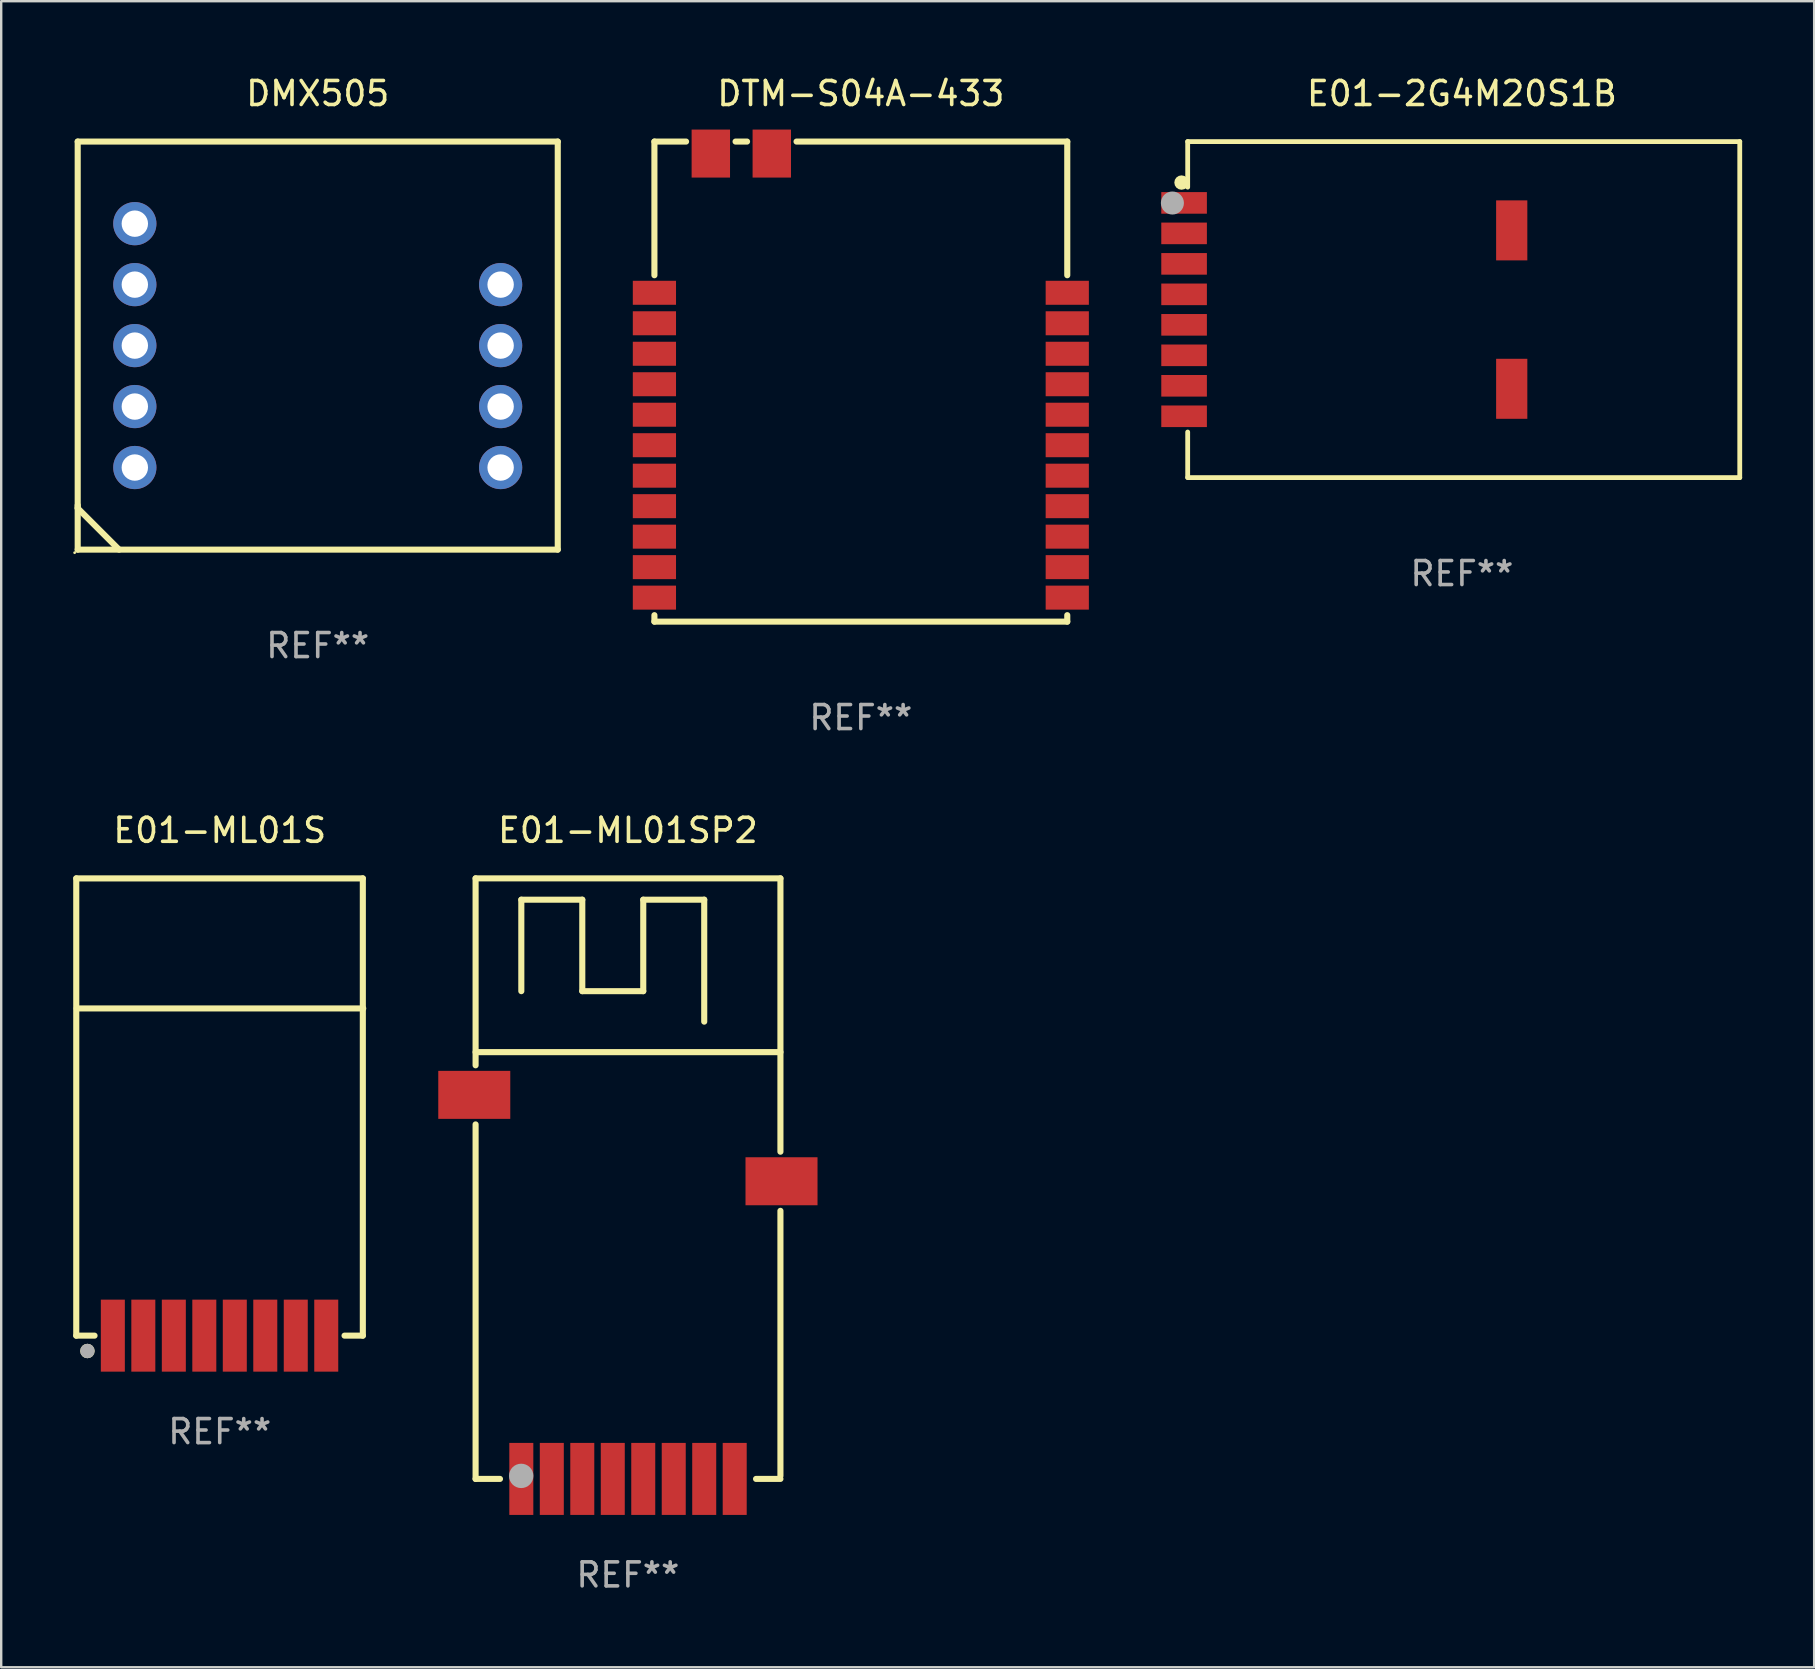
<source format=kicad_pcb>
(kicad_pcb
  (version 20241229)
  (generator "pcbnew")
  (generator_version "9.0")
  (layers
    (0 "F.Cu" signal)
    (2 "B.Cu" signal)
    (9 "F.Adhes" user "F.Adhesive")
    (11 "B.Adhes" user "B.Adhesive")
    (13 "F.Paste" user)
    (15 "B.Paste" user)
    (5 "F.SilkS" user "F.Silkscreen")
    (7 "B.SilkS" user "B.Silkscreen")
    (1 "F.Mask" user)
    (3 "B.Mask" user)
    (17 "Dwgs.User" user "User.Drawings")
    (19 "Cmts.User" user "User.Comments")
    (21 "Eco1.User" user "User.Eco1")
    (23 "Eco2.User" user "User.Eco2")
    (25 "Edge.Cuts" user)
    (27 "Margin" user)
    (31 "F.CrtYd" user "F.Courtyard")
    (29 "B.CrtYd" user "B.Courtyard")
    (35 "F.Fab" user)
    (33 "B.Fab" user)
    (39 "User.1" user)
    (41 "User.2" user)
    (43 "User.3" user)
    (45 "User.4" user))
  (footprint "E01-ML01S"
    (layer "F.Cu")
    (at 6.105 43.07)
    (property "Reference" "E01-ML01S" (at 0 -11.525 0) (layer "F.SilkS") (effects (font (size 1 1) (thickness 0.15))))
    (attr through_hole)
    (fp_line (start -5.978 -9.525) (end 5.961 -9.525) (stroke (width 0.254) (type solid)) (layer "F.SilkS"))
    (fp_line (start -5.978 9.525) (end -5.978 -9.525) (stroke (width 0.254) (type solid)) (layer "F.SilkS"))
    (fp_line (start -5.978 9.525) (end -5.216 9.525) (stroke (width 0.254) (type solid)) (layer "F.SilkS"))
    (fp_line (start -5.961 -4.107) (end 5.978 -4.107) (stroke (width 0.254) (type solid)) (layer "F.SilkS"))
    (fp_line (start 5.961 -9.525) (end 5.961 9.525) (stroke (width 0.254) (type solid)) (layer "F.SilkS"))
    (fp_line (start 5.961 9.525) (end 5.199 9.525) (stroke (width 0.254) (type solid)) (layer "F.SilkS"))
    (fp_circle (center -6.008 9.475) (end -5.978 9.475) (stroke (width 0.06) (type solid)) (fill no) (layer "F.SilkS"))
    (fp_circle (center -5.513 10.165) (end -5.362 10.165) (stroke (width 0.3) (type solid)) (fill no) (layer "F.SilkS"))
    (fp_circle (center -5.513 10.165) (end -5.362 10.165) (stroke (width 0.3) (type solid)) (fill no) (layer "F.Fab"))
    (fp_text user "REF**" (at 0 13.525 0) (layer "F.Fab") (effects (font (size 1 1) (thickness 0.15))))
    (pad "1" smd rect (at -4.454 9.525) (size 1 3) (layers "F.Cu" "F.Mask" "F.Paste"))
    (pad "2" smd rect (at -3.184 9.525) (size 1 3) (layers "F.Cu" "F.Mask" "F.Paste"))
    (pad "3" smd rect (at -1.913 9.525) (size 1 3) (layers "F.Cu" "F.Mask" "F.Paste"))
    (pad "4" smd rect (at -0.643 9.525) (size 1 3) (layers "F.Cu" "F.Mask" "F.Paste"))
    (pad "5" smd rect (at 0.627 9.525) (size 1 3) (layers "F.Cu" "F.Mask" "F.Paste"))
    (pad "6" smd rect (at 1.897 9.525) (size 1 3) (layers "F.Cu" "F.Mask" "F.Paste"))
    (pad "7" smd rect (at 3.167 9.525) (size 1 3) (layers "F.Cu" "F.Mask" "F.Paste"))
    (pad "8" smd rect (at 4.437 9.525) (size 1 3) (layers "F.Cu" "F.Mask" "F.Paste")))
  (footprint "E01-ML01SP2"
    (layer "F.Cu")
    (at 23.109 46.054)
    (property "Reference" "E01-ML01SP2" (at 0 -14.51 0) (layer "F.SilkS") (effects (font (size 1 1) (thickness 0.15))))
    (attr through_hole)
    (fp_line (start -6.345 -12.51) (end -6.345 -4.722) (stroke (width 0.254) (type solid)) (layer "F.SilkS"))
    (fp_line (start -6.345 -12.51) (end 6.355 -12.51) (stroke (width 0.254) (type solid)) (layer "F.SilkS"))
    (fp_line (start -6.345 -5.271) (end 6.355 -5.271) (stroke (width 0.254) (type solid)) (layer "F.SilkS"))
    (fp_line (start -6.345 -2.259) (end -6.345 12.51) (stroke (width 0.254) (type solid)) (layer "F.SilkS"))
    (fp_line (start -6.345 12.51) (end -5.329 12.51) (stroke (width 0.254) (type solid)) (layer "F.SilkS"))
    (fp_line (start -4.44 -11.621) (end -1.9 -11.621) (stroke (width 0.254) (type solid)) (layer "F.SilkS"))
    (fp_line (start -4.44 -7.811) (end -4.44 -11.621) (stroke (width 0.254) (type solid)) (layer "F.SilkS"))
    (fp_line (start -1.9 -11.621) (end -1.9 -7.811) (stroke (width 0.254) (type solid)) (layer "F.SilkS"))
    (fp_line (start -1.9 -7.811) (end 0.64 -7.811) (stroke (width 0.254) (type solid)) (layer "F.SilkS"))
    (fp_line (start 0.64 -11.621) (end 3.18 -11.621) (stroke (width 0.254) (type solid)) (layer "F.SilkS"))
    (fp_line (start 0.64 -7.811) (end 0.64 -11.621) (stroke (width 0.254) (type solid)) (layer "F.SilkS"))
    (fp_line (start 3.18 -11.621) (end 3.18 -6.541) (stroke (width 0.254) (type solid)) (layer "F.SilkS"))
    (fp_line (start 6.355 -12.51) (end 6.355 -1.122) (stroke (width 0.254) (type solid)) (layer "F.SilkS"))
    (fp_line (start 6.355 1.341) (end 6.355 12.384) (stroke (width 0.254) (type solid)) (layer "F.SilkS"))
    (fp_line (start 6.355 12.51) (end 5.339 12.51) (stroke (width 0.254) (type solid)) (layer "F.SilkS"))
    (fp_circle (center -6.4 12.491) (end -6.37 12.491) (stroke (width 0.06) (type solid)) (fill no) (layer "F.SilkS"))
    (fp_circle (center -4.445 12.384) (end -4.191 12.384) (stroke (width 0.508) (type solid)) (fill no) (layer "F.Fab"))
    (fp_text user "REF**" (at 0 16.51 0) (layer "F.Fab") (effects (font (size 1 1) (thickness 0.15))))
    (pad "1" smd rect (at -4.44 12.51 90) (size 3 1) (layers "F.Cu" "F.Mask" "F.Paste"))
    (pad "2" smd rect (at -3.17 12.51 90) (size 3 1) (layers "F.Cu" "F.Mask" "F.Paste"))
    (pad "3" smd rect (at -1.9 12.51 90) (size 3 1) (layers "F.Cu" "F.Mask" "F.Paste"))
    (pad "4" smd rect (at -0.63 12.51 90) (size 3 1) (layers "F.Cu" "F.Mask" "F.Paste"))
    (pad "5" smd rect (at 0.64 12.51 90) (size 3 1) (layers "F.Cu" "F.Mask" "F.Paste"))
    (pad "6" smd rect (at 1.91 12.51 90) (size 3 1) (layers "F.Cu" "F.Mask" "F.Paste"))
    (pad "7" smd rect (at 3.18 12.51 90) (size 3 1) (layers "F.Cu" "F.Mask" "F.Paste"))
    (pad "8" smd rect (at 4.45 12.51 90) (size 3 1) (layers "F.Cu" "F.Mask" "F.Paste"))
    (pad "9" smd rect (at -6.4 -3.49 180) (size 3 2) (layers "F.Cu" "F.Mask" "F.Paste"))
    (pad "10" smd rect (at 6.4 0.109 180) (size 3 2) (layers "F.Cu" "F.Mask" "F.Paste")))
  (footprint "DMX505"
    (layer "F.Cu")
    (at 10.187 11.348)
    (property "Reference" "DMX505" (at 0 -10.5 0) (layer "F.SilkS") (effects (font (size 1 1) (thickness 0.15))))
    (attr through_hole)
    (fp_line (start -10 -8.5) (end -10 8.5) (stroke (width 0.254) (type solid)) (layer "F.SilkS"))
    (fp_line (start -10 -8.5) (end 10 -8.5) (stroke (width 0.254) (type solid)) (layer "F.SilkS"))
    (fp_line (start -10 6.65) (end -10 6.776) (stroke (width 0.254) (type solid)) (layer "F.SilkS"))
    (fp_line (start -10 6.776) (end -8.276 8.5) (stroke (width 0.254) (type solid)) (layer "F.SilkS"))
    (fp_line (start -10 8.5) (end 10 8.5) (stroke (width 0.254) (type solid)) (layer "F.SilkS"))
    (fp_line (start 10 -8.5) (end 10 8.5) (stroke (width 0.254) (type solid)) (layer "F.SilkS"))
    (fp_circle (center -10.127 8.627) (end -10.097 8.627) (stroke (width 0.06) (type solid)) (fill no) (layer "F.SilkS"))
    (fp_text user "REF**" (at 0 12.5 0) (layer "F.Fab") (effects (font (size 1 1) (thickness 0.15))))
    (pad "1" thru_hole circle (at -7.62 5.08) (size 1.8 1.8) (drill 1.1) (layers "*.Cu" "*.Mask"))
    (pad "2" thru_hole circle (at -7.62 2.54) (size 1.8 1.8) (drill 1.1) (layers "*.Cu" "*.Mask"))
    (pad "3" thru_hole circle (at -7.62 0) (size 1.8 1.8) (drill 1.1) (layers "*.Cu" "*.Mask"))
    (pad "4" thru_hole circle (at -7.62 -2.54) (size 1.8 1.8) (drill 1.1) (layers "*.Cu" "*.Mask"))
    (pad "5" thru_hole circle (at -7.62 -5.08) (size 1.8 1.8) (drill 1.1) (layers "*.Cu" "*.Mask"))
    (pad "7" thru_hole circle (at 7.62 -2.54) (size 1.8 1.8) (drill 1.1) (layers "*.Cu" "*.Mask"))
    (pad "8" thru_hole circle (at 7.62 0) (size 1.8 1.8) (drill 1.1) (layers "*.Cu" "*.Mask"))
    (pad "9" thru_hole circle (at 7.62 2.54) (size 1.8 1.8) (drill 1.1) (layers "*.Cu" "*.Mask"))
    (pad "10" thru_hole circle (at 7.62 5.08) (size 1.8 1.8) (drill 1.1) (layers "*.Cu" "*.Mask")))
  (footprint "DTM-S04A-433"
    (layer "F.Cu")
    (at 32.814 12.848)
    (property "Reference" "DTM-S04A-433" (at 0 -12 0) (layer "F.SilkS") (effects (font (size 1 1) (thickness 0.15))))
    (attr through_hole)
    (fp_line (start -8.6 -10) (end -7.281 -10) (stroke (width 0.254) (type solid)) (layer "F.SilkS"))
    (fp_line (start -8.6 -4.431) (end -8.6 -10) (stroke (width 0.254) (type solid)) (layer "F.SilkS"))
    (fp_line (start -8.6 10) (end -8.6 9.731) (stroke (width 0.254) (type solid)) (layer "F.SilkS"))
    (fp_line (start -5.219 -10) (end -4.741 -10) (stroke (width 0.254) (type solid)) (layer "F.SilkS"))
    (fp_line (start -2.679 -10) (end 8.6 -10) (stroke (width 0.254) (type solid)) (layer "F.SilkS"))
    (fp_line (start 8.6 -10) (end 8.6 -4.431) (stroke (width 0.254) (type solid)) (layer "F.SilkS"))
    (fp_line (start 8.6 9.731) (end 8.6 10) (stroke (width 0.254) (type solid)) (layer "F.SilkS"))
    (fp_line (start 8.6 10) (end -8.6 10) (stroke (width 0.254) (type solid)) (layer "F.SilkS"))
    (fp_circle (center -8.6 -9.995) (end -8.57 -9.995) (stroke (width 0.06) (type solid)) (fill no) (layer "F.SilkS"))
    (fp_text user "REF**" (at 0 14 0) (layer "F.Fab") (effects (font (size 1 1) (thickness 0.15))))
    (pad "1" smd rect (at -8.6 -3.7) (size 1.8 1) (layers "F.Cu" "F.Mask" "F.Paste"))
    (pad "2" smd rect (at -8.6 -2.43) (size 1.8 1) (layers "F.Cu" "F.Mask" "F.Paste"))
    (pad "3" smd rect (at -8.6 -1.16) (size 1.8 1) (layers "F.Cu" "F.Mask" "F.Paste"))
    (pad "4" smd rect (at -8.6 0.11) (size 1.8 1) (layers "F.Cu" "F.Mask" "F.Paste"))
    (pad "5" smd rect (at -8.6 1.38) (size 1.8 1) (layers "F.Cu" "F.Mask" "F.Paste"))
    (pad "6" smd rect (at -8.6 2.65) (size 1.8 1) (layers "F.Cu" "F.Mask" "F.Paste"))
    (pad "7" smd rect (at -8.6 3.92) (size 1.8 1) (layers "F.Cu" "F.Mask" "F.Paste"))
    (pad "8" smd rect (at -8.6 5.19) (size 1.8 1) (layers "F.Cu" "F.Mask" "F.Paste"))
    (pad "9" smd rect (at -8.6 6.46) (size 1.8 1) (layers "F.Cu" "F.Mask" "F.Paste"))
    (pad "10" smd rect (at -8.6 7.73) (size 1.8 1) (layers "F.Cu" "F.Mask" "F.Paste"))
    (pad "11" smd rect (at -8.6 9) (size 1.8 1) (layers "F.Cu" "F.Mask" "F.Paste"))
    (pad "12" smd rect (at 8.6 9) (size 1.8 1) (layers "F.Cu" "F.Mask" "F.Paste"))
    (pad "13" smd rect (at 8.6 7.73) (size 1.8 1) (layers "F.Cu" "F.Mask" "F.Paste"))
    (pad "14" smd rect (at 8.6 6.46) (size 1.8 1) (layers "F.Cu" "F.Mask" "F.Paste"))
    (pad "15" smd rect (at 8.6 5.19) (size 1.8 1) (layers "F.Cu" "F.Mask" "F.Paste"))
    (pad "16" smd rect (at 8.6 3.92) (size 1.8 1) (layers "F.Cu" "F.Mask" "F.Paste"))
    (pad "17" smd rect (at 8.6 2.65) (size 1.8 1) (layers "F.Cu" "F.Mask" "F.Paste"))
    (pad "18" smd rect (at 8.6 1.38) (size 1.8 1) (layers "F.Cu" "F.Mask" "F.Paste"))
    (pad "19" smd rect (at 8.6 0.11) (size 1.8 1) (layers "F.Cu" "F.Mask" "F.Paste"))
    (pad "20" smd rect (at 8.6 -1.16) (size 1.8 1) (layers "F.Cu" "F.Mask" "F.Paste"))
    (pad "21" smd rect (at 8.6 -2.43) (size 1.8 1) (layers "F.Cu" "F.Mask" "F.Paste"))
    (pad "22" smd rect (at 8.6 -3.7) (size 1.8 1) (layers "F.Cu" "F.Mask" "F.Paste"))
    (pad "23" smd rect (at -3.71 -9.5 90) (size 2 1.6) (layers "F.Cu" "F.Mask" "F.Paste"))
    (pad "24" smd rect (at -6.25 -9.5 90) (size 2 1.6) (layers "F.Cu" "F.Mask" "F.Paste")))
  (footprint "E01-2G4M20S1B"
    (layer "F.Cu")
    (at 57.856 9.848)
    (property "Reference" "E01-2G4M20S1B" (at 0 -9 0) (layer "F.SilkS") (effects (font (size 1 1) (thickness 0.15))))
    (attr through_hole)
    (fp_line (start -11.425 -7) (end -11.425 -5.101) (stroke (width 0.2) (type solid)) (layer "F.SilkS"))
    (fp_line (start -11.425 5.101) (end -11.425 6.99) (stroke (width 0.2) (type solid)) (layer "F.SilkS"))
    (fp_line (start -11.425 7) (end 11.575 7) (stroke (width 0.2) (type solid)) (layer "F.SilkS"))
    (fp_line (start 11.575 -7) (end -11.425 -7) (stroke (width 0.2) (type solid)) (layer "F.SilkS"))
    (fp_line (start 11.575 7) (end 11.575 -7) (stroke (width 0.2) (type solid)) (layer "F.SilkS"))
    (fp_circle (center -11.682 -5.292) (end -11.532 -5.292) (stroke (width 0.3) (type solid)) (fill no) (layer "F.SilkS"))
    (fp_circle (center -11.425 7) (end -11.395 7) (stroke (width 0.06) (type solid)) (fill no) (layer "F.SilkS"))
    (fp_circle (center -12.062 -4.44) (end -11.822 -4.44) (stroke (width 0.48) (type solid)) (fill no) (layer "F.Fab"))
    (fp_text user "REF**" (at 0 11 0) (layer "F.Fab") (effects (font (size 1 1) (thickness 0.15))))
    (pad "1" smd rect (at -11.575 -4.445) (size 1.9 0.9) (layers "F.Cu" "F.Mask" "F.Paste"))
    (pad "2" smd rect (at -11.575 -3.175) (size 1.9 0.9) (layers "F.Cu" "F.Mask" "F.Paste"))
    (pad "3" smd rect (at -11.575 -1.905) (size 1.9 0.9) (layers "F.Cu" "F.Mask" "F.Paste"))
    (pad "4" smd rect (at -11.575 -0.635) (size 1.9 0.9) (layers "F.Cu" "F.Mask" "F.Paste"))
    (pad "5" smd rect (at -11.575 0.635) (size 1.9 0.9) (layers "F.Cu" "F.Mask" "F.Paste"))
    (pad "6" smd rect (at -11.575 1.905) (size 1.9 0.9) (layers "F.Cu" "F.Mask" "F.Paste"))
    (pad "7" smd rect (at -11.575 3.175) (size 1.9 0.9) (layers "F.Cu" "F.Mask" "F.Paste"))
    (pad "8" smd rect (at -11.575 4.445) (size 1.9 0.9) (layers "F.Cu" "F.Mask" "F.Paste"))
    (pad "9" smd rect (at 2.075 3.3) (size 1.3 2.5) (layers "F.Cu" "F.Mask" "F.Paste"))
    (pad "10" smd rect (at 2.075 -3.3) (size 1.3 2.5) (layers "F.Cu" "F.Mask" "F.Paste")))
  (gr_rect
    (start -3 -3)
    (end 72.531 66.412)
    (stroke (width 0.1) (type default))
    (fill no)
    (layer "Edge.Cuts")))
</source>
